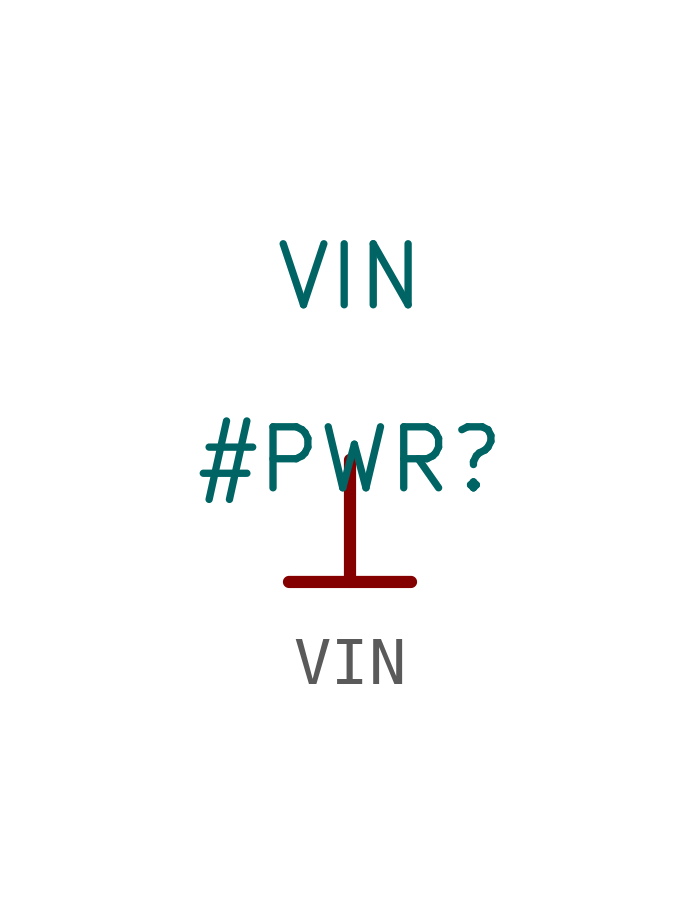
<source format=kicad_sym>
(kicad_symbol_lib
  (version 20211014)
  (generator kicad_symbol_editor)
  (symbol "VIN"
    (power)
    (property "Reference" "#PWR"
      (at 0 0 0)
      (effects (font (size 1.27 1.27))))
    (property "Value" "VIN"
      (at 0 3.81 0)
      (effects (font (size 1.27 1.27))))
    (symbol "VIN_0_0"
      (polyline (pts (xy -1.27 -2.54) (xy 1.27 -2.54)) (stroke (width 0.254) (type default) (color 0 0 0 0)) (fill (type none)))
      (polyline (pts (xy 0 0) (xy 0 -2.54)) (stroke (width 0.254) (type default) (color 0 0 0 0)) (fill (type none)))
      (pin power_in line (at 0 0 0) (length 0) hide (name "VIN" (effects (font (size 1.27 1.27)))) (number "" (effects (font (size 1.27 1.27))))))))
</source>
